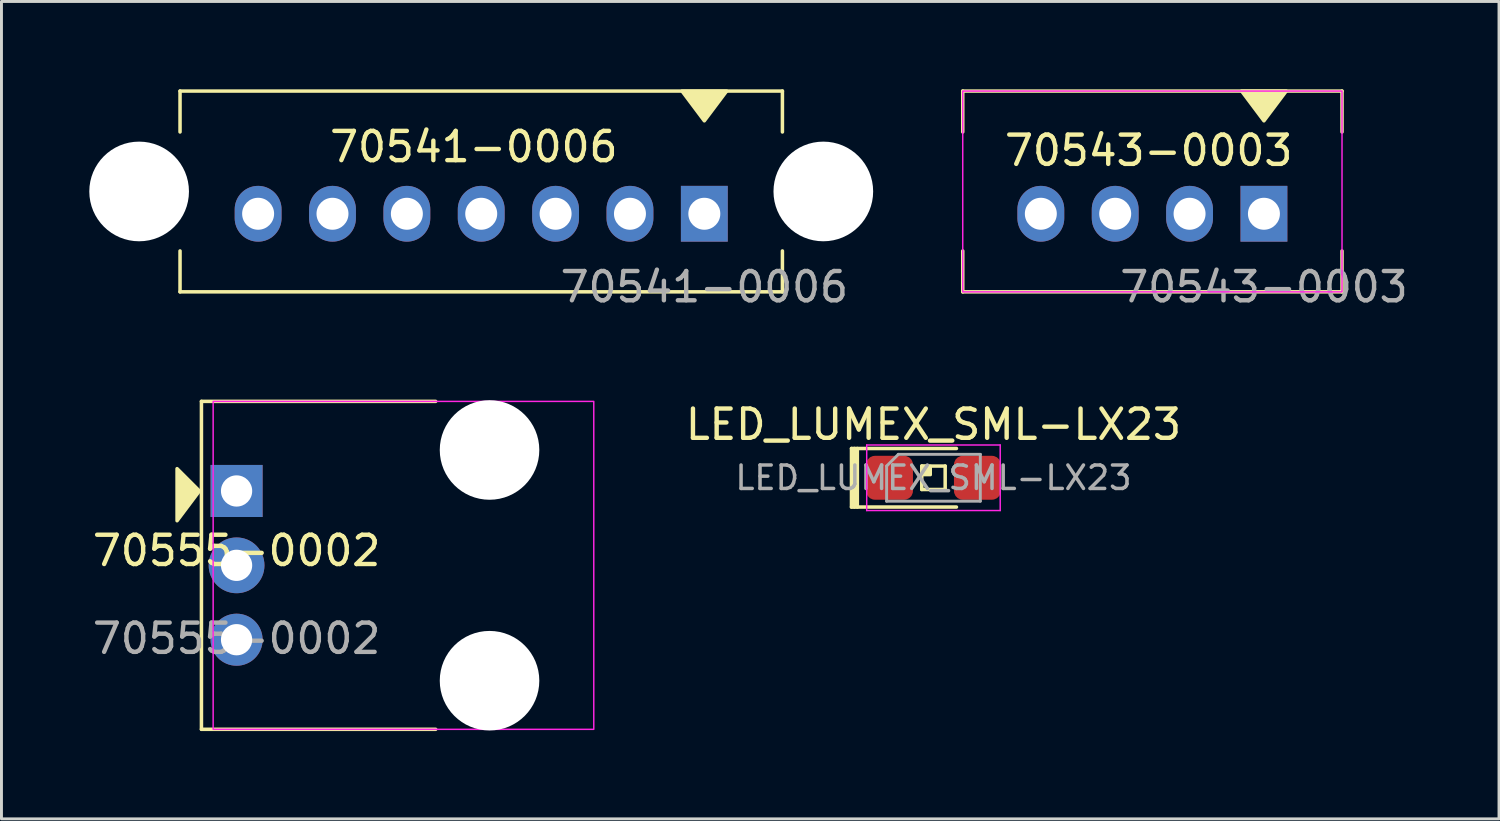
<source format=kicad_pcb>
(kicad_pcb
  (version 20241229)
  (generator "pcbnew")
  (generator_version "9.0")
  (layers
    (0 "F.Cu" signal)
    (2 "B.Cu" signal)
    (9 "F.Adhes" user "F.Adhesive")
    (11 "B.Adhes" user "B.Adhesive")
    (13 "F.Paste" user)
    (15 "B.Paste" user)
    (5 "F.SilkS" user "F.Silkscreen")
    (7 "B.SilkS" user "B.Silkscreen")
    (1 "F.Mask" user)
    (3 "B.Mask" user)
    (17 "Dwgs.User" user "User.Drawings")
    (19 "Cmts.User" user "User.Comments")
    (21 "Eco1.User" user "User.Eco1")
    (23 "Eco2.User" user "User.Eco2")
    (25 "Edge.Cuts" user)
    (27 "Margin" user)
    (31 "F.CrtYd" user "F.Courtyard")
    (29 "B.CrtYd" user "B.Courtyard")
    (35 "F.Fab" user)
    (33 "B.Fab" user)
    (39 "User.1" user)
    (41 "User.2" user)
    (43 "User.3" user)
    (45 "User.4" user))
  (footprint "70543-0003"
    (layer "F.Cu")
    (at 40.119 4.251)
    (property "Reference" "70543-0003" (at -3.937 -2.159 0) (unlocked yes) (layer "F.SilkS") (effects (font (size 1 1) (thickness 0.15))))
    (attr through_hole)
    (fp_line (start -10.287 -4.191) (end 2.667 -4.191) (stroke (width 0.12) (type solid)) (layer "F.SilkS"))
    (fp_line (start -10.287 -2.794) (end -10.287 -4.191) (stroke (width 0.12) (type solid)) (layer "F.SilkS"))
    (fp_line (start -10.287 2.667) (end -10.287 1.27) (stroke (width 0.12) (type solid)) (layer "F.SilkS"))
    (fp_line (start -10.287 2.667) (end 2.667 2.667) (stroke (width 0.12) (type solid)) (layer "F.SilkS"))
    (fp_line (start 2.667 -2.794) (end 2.667 -4.191) (stroke (width 0.12) (type solid)) (layer "F.SilkS"))
    (fp_line (start 2.667 2.667) (end 2.667 1.27) (stroke (width 0.12) (type solid)) (layer "F.SilkS"))
    (fp_poly (pts (xy 0 -3.175) (xy -0.762 -4.191) (xy 0.762 -4.191)) (stroke (width 0.12) (type solid)) (fill yes) (layer "F.SilkS"))
    (fp_rect (start -10.287 -4.191) (end 2.667 2.667) (stroke (width 0.05) (type solid)) (fill no) (layer "F.CrtYd"))
    (fp_text user "${REFERENCE}" (at 0 2.5 0) (unlocked yes) (layer "F.Fab") (effects (font (size 1 1) (thickness 0.15))))
    (pad "1" thru_hole rect (at 0 0) (size 1.6 1.905) (drill 1.092) (layers "*.Cu" "*.Mask"))
    (pad "2" thru_hole oval (at -2.54 0) (size 1.6 1.905) (drill 1.092) (layers "*.Cu" "*.Mask"))
    (pad "3" thru_hole oval (at -5.08 0) (size 1.6 1.905) (drill 1.092) (layers "*.Cu" "*.Mask"))
    (pad "4" thru_hole oval (at -7.62 0) (size 1.6 1.905) (drill 1.092) (layers "*.Cu" "*.Mask")))
  (footprint "70541-0006"
    (layer "F.Cu")
    (at 21.006 4.251)
    (property "Reference" "70541-0006" (at -7.874 -2.286 0) (unlocked yes) (layer "F.SilkS") (effects (font (size 1 1) (thickness 0.15))))
    (attr through_hole)
    (fp_line (start -17.907 -4.191) (end 2.667 -4.191) (stroke (width 0.12) (type solid)) (layer "F.SilkS"))
    (fp_line (start -17.907 -2.794) (end -17.907 -4.191) (stroke (width 0.12) (type solid)) (layer "F.SilkS"))
    (fp_line (start -17.907 2.667) (end -17.907 1.27) (stroke (width 0.12) (type solid)) (layer "F.SilkS"))
    (fp_line (start -17.907 2.667) (end 2.667 2.667) (stroke (width 0.12) (type solid)) (layer "F.SilkS"))
    (fp_line (start 2.667 -2.794) (end 2.667 -4.191) (stroke (width 0.12) (type solid)) (layer "F.SilkS"))
    (fp_line (start 2.667 2.667) (end 2.667 1.27) (stroke (width 0.12) (type solid)) (layer "F.SilkS"))
    (fp_poly (pts (xy 0 -3.175) (xy -0.762 -4.191) (xy 0.762 -4.191)) (stroke (width 0.12) (type solid)) (fill yes) (layer "F.SilkS"))
    (fp_text user "${REFERENCE}" (at 0 2.5 0) (unlocked yes) (layer "F.Fab") (effects (font (size 1 1) (thickness 0.15))))
    (pad "" np_thru_hole circle (at -19.304 -0.762) (size 3.404 3.404) (drill 3.404) (layers "*.Cu" "*.Mask"))
    (pad "" np_thru_hole circle (at 4.064 -0.762) (size 3.404 3.404) (drill 3.404) (layers "*.Cu" "*.Mask"))
    (pad "1" thru_hole rect (at 0 0) (size 1.6 1.905) (drill 1.092) (layers "*.Cu" "*.Mask"))
    (pad "2" thru_hole oval (at -2.54 0) (size 1.6 1.905) (drill 1.092) (layers "*.Cu" "*.Mask"))
    (pad "3" thru_hole oval (at -5.08 0) (size 1.6 1.905) (drill 1.092) (layers "*.Cu" "*.Mask"))
    (pad "4" thru_hole oval (at -7.62 0) (size 1.6 1.905) (drill 1.092) (layers "*.Cu" "*.Mask"))
    (pad "5" thru_hole oval (at -10.16 0) (size 1.6 1.905) (drill 1.092) (layers "*.Cu" "*.Mask"))
    (pad "6" thru_hole oval (at -12.7 0) (size 1.6 1.905) (drill 1.092) (layers "*.Cu" "*.Mask"))
    (pad "7" thru_hole oval (at -15.24 0) (size 1.6 1.905) (drill 1.092) (layers "*.Cu" "*.Mask")))
  (footprint "70555-0002"
    (layer "F.Cu")
    (at 5.03 16.259)
    (property "Reference" "70555-0002" (at 0 -0.5 0) (unlocked yes) (layer "F.SilkS") (effects (font (size 1 1) (thickness 0.15))))
    (attr through_hole)
    (fp_line (start -1.2 -5.6) (end -1.2 5.6) (stroke (width 0.12) (type solid)) (layer "F.SilkS"))
    (fp_line (start -1.2 5.6) (end 6.8 5.6) (stroke (width 0.12) (type solid)) (layer "F.SilkS"))
    (fp_line (start 6.8 -5.6) (end -1.2 -5.6) (stroke (width 0.12) (type solid)) (layer "F.SilkS"))
    (fp_poly (pts (xy -1.27 -2.54) (xy -2.032 -1.524) (xy -2.032 -3.302)) (stroke (width 0.12) (type solid)) (fill yes) (layer "F.SilkS"))
    (fp_rect (start -0.8 -5.6) (end 12.2 5.6) (stroke (width 0.05) (type solid)) (fill no) (layer "F.CrtYd"))
    (fp_text user "${REFERENCE}" (at 0 2.5 0) (unlocked yes) (layer "F.Fab") (effects (font (size 1 1) (thickness 0.15))))
    (pad "" np_thru_hole circle (at 8.64 -3.94) (size 3.4 3.4) (drill 3.4) (layers "*.Cu" "*.Mask"))
    (pad "" np_thru_hole circle (at 8.64 3.94) (size 3.4 3.4) (drill 3.4) (layers "*.Cu" "*.Mask"))
    (pad "1" thru_hole rect (at 0 -2.54) (size 1.778 1.778) (drill 1.067) (layers "*.Cu" "*.Mask"))
    (pad "2" thru_hole circle (at 0 0) (size 1.905 1.905) (drill 1.067) (layers "*.Cu" "*.Mask"))
    (pad "3" thru_hole circle (at 0 2.54) (size 1.778 1.778) (drill 1.067) (layers "*.Cu" "*.Mask")))
  (footprint "LED_LUMEX_SML-LX23"
    (layer "F.Cu")
    (at 28.832 13.268)
    (property "Reference" "LED_LUMEX_SML-LX23" (at 0 -1.82 0) (layer "F.SilkS") (effects (font (size 1 1) (thickness 0.15))))
    (attr smd)
    (fp_line (start -2.8 -1) (end -2.8 1) (stroke (width 0.12) (type solid)) (layer "F.SilkS"))
    (fp_line (start -2.8 1) (end 0.785 1) (stroke (width 0.12) (type solid)) (layer "F.SilkS"))
    (fp_line (start -2.7 -1) (end -2.7 1) (stroke (width 0.12) (type solid)) (layer "F.SilkS"))
    (fp_line (start -2.6 -1) (end -2.6 1) (stroke (width 0.12) (type solid)) (layer "F.SilkS"))
    (fp_line (start -0.4 -0.4) (end -0.4 0.4) (stroke (width 0.12) (type solid)) (layer "F.SilkS"))
    (fp_line (start -0.4 -0.4) (end 0.4 -0.4) (stroke (width 0.12) (type solid)) (layer "F.SilkS"))
    (fp_line (start -0.4 0.4) (end 0.4 0.4) (stroke (width 0.12) (type solid)) (layer "F.SilkS"))
    (fp_line (start 0.4 -0.4) (end 0.4 0.4) (stroke (width 0.12) (type solid)) (layer "F.SilkS"))
    (fp_line (start 0.785 -1) (end -2.8 -1) (stroke (width 0.12) (type solid)) (layer "F.SilkS"))
    (fp_rect (start -0.4 -0.4) (end -0.1 -0.1) (stroke (width 0.1) (type solid)) (fill yes) (layer "F.SilkS"))
    (fp_line (start -2.28 -1.12) (end 2.28 -1.12) (stroke (width 0.05) (type solid)) (layer "F.CrtYd"))
    (fp_line (start -2.28 1.12) (end -2.28 -1.12) (stroke (width 0.05) (type solid)) (layer "F.CrtYd"))
    (fp_line (start 2.28 -1.12) (end 2.28 1.12) (stroke (width 0.05) (type solid)) (layer "F.CrtYd"))
    (fp_line (start 2.28 1.12) (end -2.28 1.12) (stroke (width 0.05) (type solid)) (layer "F.CrtYd"))
    (fp_line (start -1.6 -0.4) (end -1.6 0.8) (stroke (width 0.1) (type solid)) (layer "F.Fab"))
    (fp_line (start -1.6 0.8) (end 1.6 0.8) (stroke (width 0.1) (type solid)) (layer "F.Fab"))
    (fp_line (start -1.2 -0.8) (end -1.6 -0.4) (stroke (width 0.1) (type solid)) (layer "F.Fab"))
    (fp_line (start 1.6 -0.8) (end -1.2 -0.8) (stroke (width 0.1) (type solid)) (layer "F.Fab"))
    (fp_line (start 1.6 0.8) (end 1.6 -0.8) (stroke (width 0.1) (type solid)) (layer "F.Fab"))
    (fp_text user "${REFERENCE}" (at 0 0 0) (layer "F.Fab") (effects (font (size 0.8 0.8) (thickness 0.12))))
    (pad "1" smd roundrect (at -1.5 0) (size 1.6 1.5) (layers "F.Cu" "F.Mask" "F.Paste") (roundrect_rratio 0.2))
    (pad "2" smd roundrect (at 1.5 0) (size 1.6 1.5) (layers "F.Cu" "F.Mask" "F.Paste") (roundrect_rratio 0.2)))
  (gr_rect
    (start -3 -3)
    (end 48.148 24.919)
    (stroke (width 0.1) (type default))
    (fill no)
    (layer "Edge.Cuts")))
</source>
